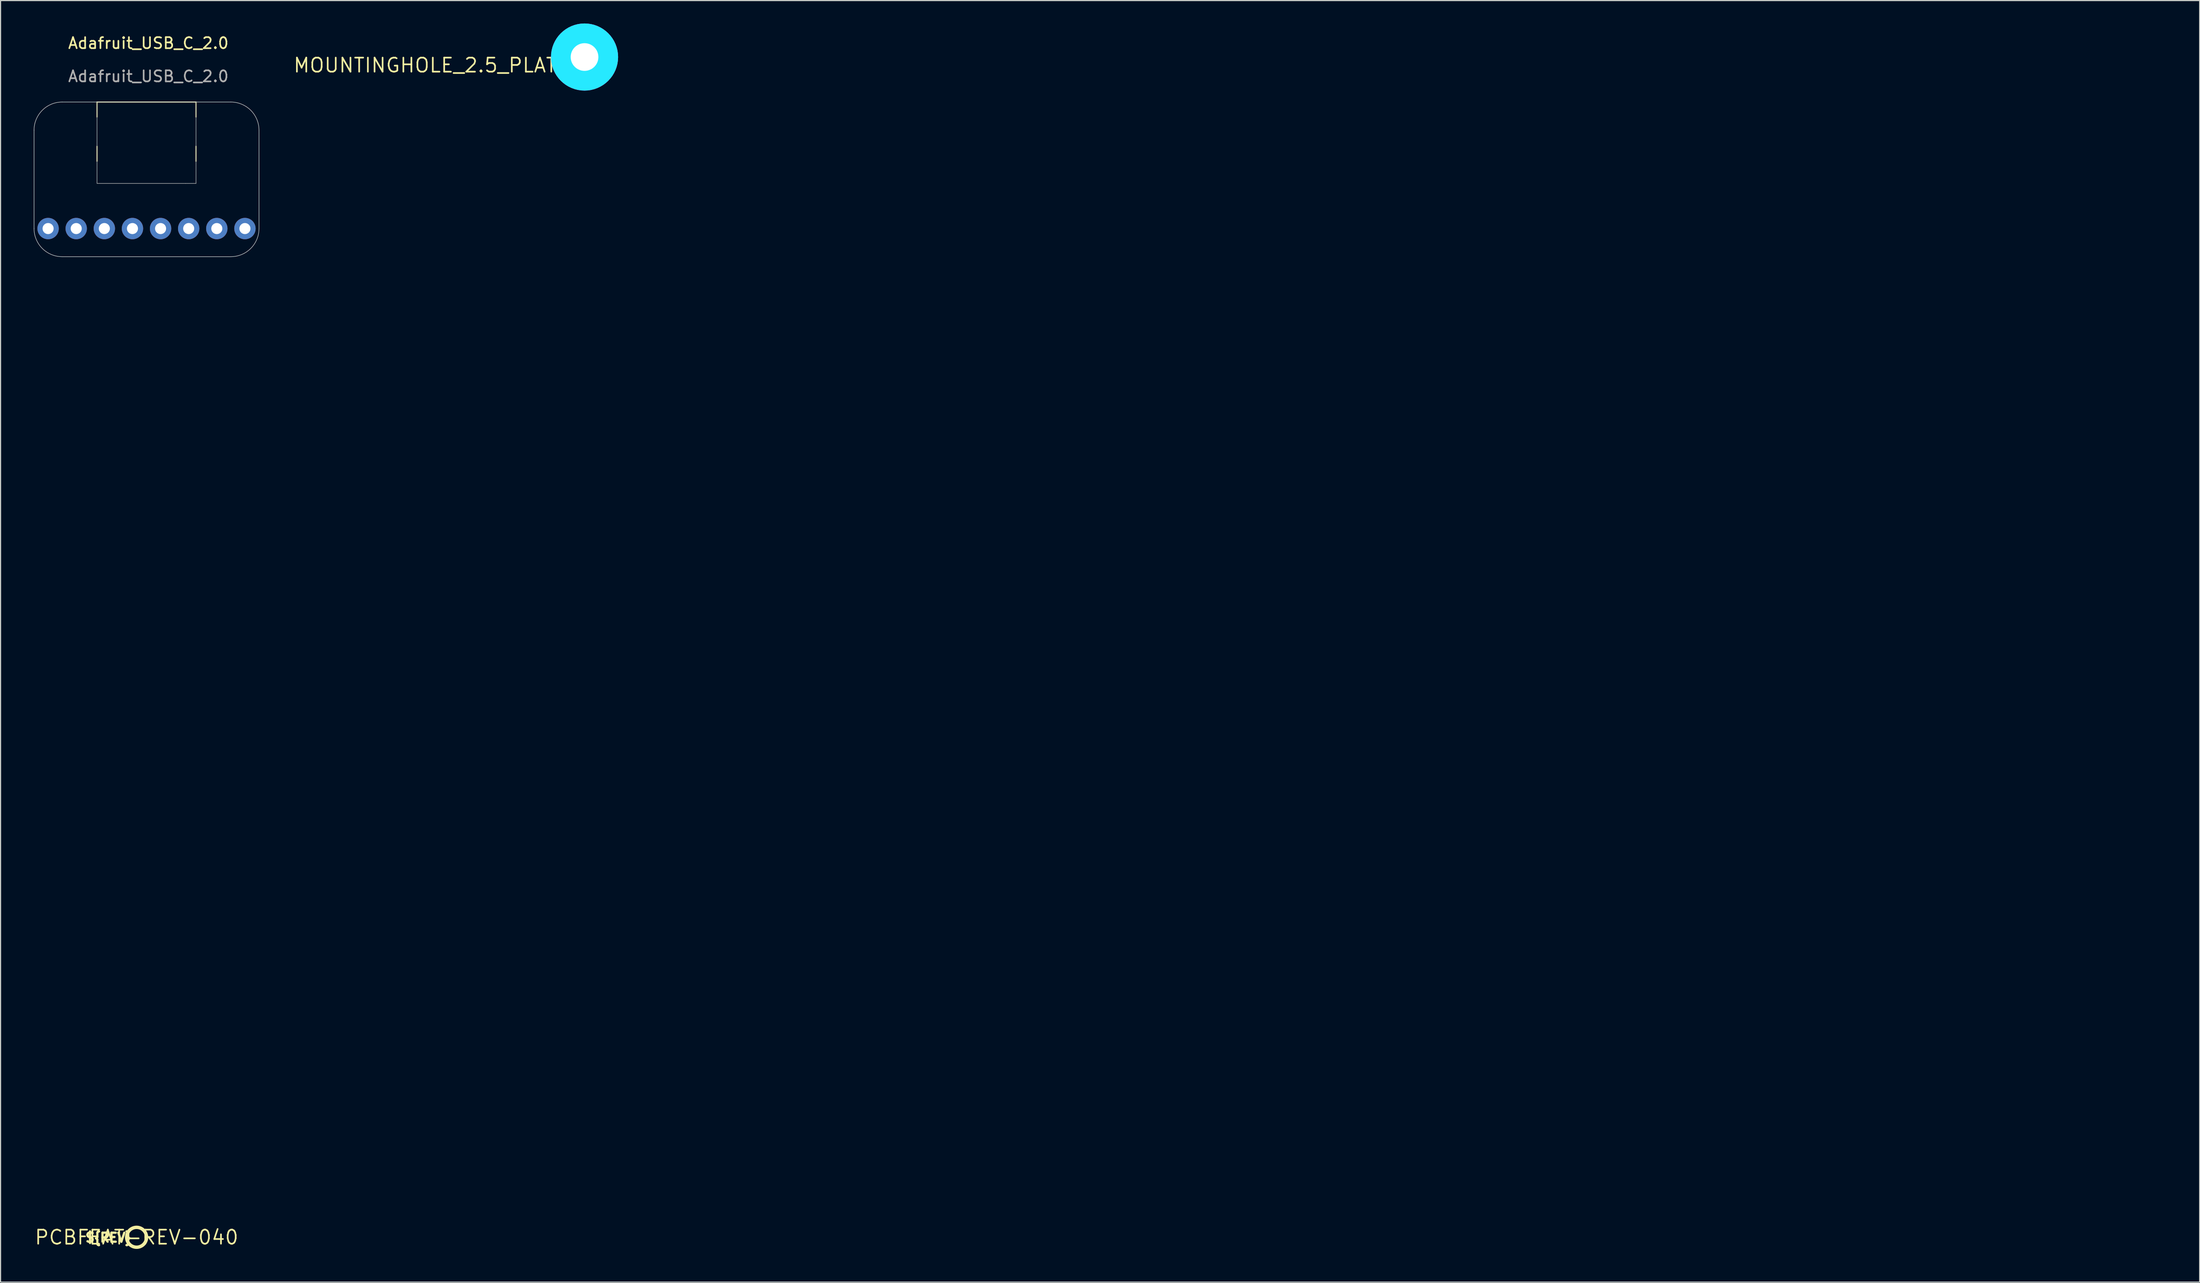
<source format=kicad_pcb>
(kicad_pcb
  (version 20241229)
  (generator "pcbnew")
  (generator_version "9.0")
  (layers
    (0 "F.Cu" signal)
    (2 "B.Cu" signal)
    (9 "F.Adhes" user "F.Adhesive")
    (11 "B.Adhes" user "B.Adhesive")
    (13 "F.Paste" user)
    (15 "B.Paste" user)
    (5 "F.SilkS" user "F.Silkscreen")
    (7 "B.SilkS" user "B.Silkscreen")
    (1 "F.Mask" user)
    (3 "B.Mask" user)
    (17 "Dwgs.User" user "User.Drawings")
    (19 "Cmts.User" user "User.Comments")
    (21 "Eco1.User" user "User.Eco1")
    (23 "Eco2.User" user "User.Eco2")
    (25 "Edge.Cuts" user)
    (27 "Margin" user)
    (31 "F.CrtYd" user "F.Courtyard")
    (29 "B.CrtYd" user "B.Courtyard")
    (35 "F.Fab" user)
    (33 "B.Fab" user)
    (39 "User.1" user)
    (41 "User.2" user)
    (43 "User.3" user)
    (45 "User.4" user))
  (footprint "MOUNTINGHOLE_2.5_PLATED"
    (layer "F.Cu")
    (at 49.752 2.102)
    (property "Reference" "MOUNTINGHOLE_2.5_PLATED" (at 0 0 0) (layer "F.SilkS") (effects (font (size 1.27 1.27) (thickness 0.15)) (justify right top)))
    (fp_circle (center 0 0) (end 2 0) (stroke (width 0.203) (type solid)) (fill no) (layer "F.SilkS"))
    (fp_circle (center 0 0) (end 1 0) (stroke (width 2.032) (type solid)) (fill no) (layer "B.CrtYd"))
    (fp_circle (center 0 0) (end 1 0) (stroke (width 2.032) (type solid)) (fill no) (layer "F.CrtYd"))
    (pad "P$1" thru_hole circle (at 0 0) (size 3.2 3.2) (drill 2.5) (layers "*.Cu" "*.Mask"))
    (zone (net_name "") (layer "F.Cu") (hatch edge 0.5) (connect_pads) (min_thickness 0.25) (filled_areas_thickness no) (keepout (tracks not_allowed) (vias not_allowed) (pads not_allowed) (copperpour not_allowed) (footprints allowed)) (placement (enabled no)) (fill) (polygon (pts (xy 192.649 102.66) (xy 192.63 102.38) (xy 192.571 102.105) (xy 192.475 101.84) (xy 192.343 101.592) (xy 192.178 101.364) (xy 191.982 101.162) (xy 191.761 100.989) (xy 191.517 100.848) (xy 191.256 100.743) (xy 190.983 100.675) (xy 190.704 100.645) (xy 190.423 100.655) (xy 190.146 100.704) (xy 189.878 100.791) (xy 189.625 100.914) (xy 189.392 101.072) (xy 189.183 101.26) (xy 189.002 101.475) (xy 188.853 101.714) (xy 188.739 101.971) (xy 188.661 102.241) (xy 188.622 102.52) (xy 188.622 102.801) (xy 188.661 103.079) (xy 188.739 103.35) (xy 188.853 103.607) (xy 189.002 103.845) (xy 189.183 104.061) (xy 189.392 104.249) (xy 189.625 104.406) (xy 189.878 104.529) (xy 190.146 104.616) (xy 190.423 104.665) (xy 190.704 104.675) (xy 190.983 104.646) (xy 191.256 104.578) (xy 191.517 104.472) (xy 191.761 104.332) (xy 191.982 104.158) (xy 192.178 103.956) (xy 192.343 103.729) (xy 192.475 103.48) (xy 192.571 103.216) (xy 192.63 102.941))) (polygon (pts (xy 190.617 102.66) (xy 190.622 102.672) (xy 190.633 102.676) (xy 190.645 102.672) (xy 190.649 102.66) (xy 190.645 102.649) (xy 190.633 102.644) (xy 190.622 102.649))))
    (zone (net_name "") (layer "B.Cu") (hatch edge 0.5) (connect_pads) (min_thickness 0.25) (filled_areas_thickness no) (keepout (tracks not_allowed) (vias not_allowed) (pads not_allowed) (copperpour not_allowed) (footprints allowed)) (placement (enabled no)) (fill) (polygon (pts (xy 192.649 102.66) (xy 192.63 102.38) (xy 192.571 102.105) (xy 192.475 101.84) (xy 192.343 101.592) (xy 192.178 101.364) (xy 191.982 101.162) (xy 191.761 100.989) (xy 191.517 100.848) (xy 191.256 100.743) (xy 190.983 100.675) (xy 190.704 100.645) (xy 190.423 100.655) (xy 190.146 100.704) (xy 189.878 100.791) (xy 189.625 100.914) (xy 189.392 101.072) (xy 189.183 101.26) (xy 189.002 101.475) (xy 188.853 101.714) (xy 188.739 101.971) (xy 188.661 102.241) (xy 188.622 102.52) (xy 188.622 102.801) (xy 188.661 103.079) (xy 188.739 103.35) (xy 188.853 103.607) (xy 189.002 103.845) (xy 189.183 104.061) (xy 189.392 104.249) (xy 189.625 104.406) (xy 189.878 104.529) (xy 190.146 104.616) (xy 190.423 104.665) (xy 190.704 104.675) (xy 190.983 104.646) (xy 191.256 104.578) (xy 191.517 104.472) (xy 191.761 104.332) (xy 191.982 104.158) (xy 192.178 103.956) (xy 192.343 103.729) (xy 192.475 103.48) (xy 192.571 103.216) (xy 192.63 102.941))) (polygon (pts (xy 190.617 102.66) (xy 190.622 102.672) (xy 190.633 102.676) (xy 190.645 102.672) (xy 190.649 102.66) (xy 190.645 102.649) (xy 190.633 102.644) (xy 190.622 102.649)))))
  (footprint "PCBFEAT-REV-040"
    (layer "F.Cu")
    (at 9.29 108.725)
    (property "Reference" "PCBFEAT-REV-040" (at 0 0 0) (layer "F.SilkS") (effects (font (size 1.27 1.27) (thickness 0.15))))
    (fp_circle (center 0 0) (end 0.898 0) (stroke (width 0.305) (type solid)) (fill no) (layer "F.SilkS"))
    (fp_text user "${REV}" (at -0.356 0.508 0) (layer "F.SilkS") (effects (font (size 0.813 0.813) (thickness 0.203)) (justify right bottom))))
  (footprint "Adafruit_USB_C_2.0"
    (layer "F.Cu")
    (at 10.355 1.348)
    (property "Reference" "Adafruit_USB_C_2.0" (at 0 -0.5 0) (unlocked yes) (layer "F.SilkS") (effects (font (size 1 1) (thickness 0.15))))
    (attr through_hole)
    (fp_line (start -4.64 4.82) (end 4.3 4.82) (stroke (width 0.102) (type solid)) (layer "F.SilkS"))
    (fp_line (start -4.64 6.17) (end -4.64 4.82) (stroke (width 0.102) (type solid)) (layer "F.SilkS"))
    (fp_line (start -4.64 10.17) (end -4.64 8.82) (stroke (width 0.102) (type solid)) (layer "F.SilkS"))
    (fp_line (start 4.3 4.82) (end 4.3 6.17) (stroke (width 0.102) (type solid)) (layer "F.SilkS"))
    (fp_line (start 4.3 8.82) (end 4.3 10.17) (stroke (width 0.102) (type solid)) (layer "F.SilkS"))
    (fp_line (start -10.33 16.25) (end -10.33 7.36) (stroke (width 0.05) (type solid)) (layer "Dwgs.User"))
    (fp_line (start -7.79 4.82) (end 7.45 4.82) (stroke (width 0.05) (type solid)) (layer "Dwgs.User"))
    (fp_line (start 7.45 18.79) (end -7.79 18.79) (stroke (width 0.05) (type solid)) (layer "Dwgs.User"))
    (fp_line (start 9.99 7.36) (end 9.99 16.25) (stroke (width 0.05) (type solid)) (layer "Dwgs.User"))
    (fp_arc (start -10.33 7.36) (mid -9.586051 5.563949) (end -7.79 4.82) (stroke (width 0.05) (type solid)) (layer "Dwgs.User"))
    (fp_arc (start -7.79 18.79) (mid -9.586051 18.046051) (end -10.33 16.25) (stroke (width 0.05) (type solid)) (layer "Dwgs.User"))
    (fp_arc (start 7.45 4.82) (mid 9.246051 5.563949) (end 9.99 7.36) (stroke (width 0.05) (type solid)) (layer "Dwgs.User"))
    (fp_arc (start 9.99 16.25) (mid 9.246051 18.046051) (end 7.45 18.79) (stroke (width 0.05) (type solid)) (layer "Dwgs.User"))
    (fp_line (start -4.64 4.82) (end 4.3 4.82) (stroke (width 0.05) (type solid)) (layer "F.Fab"))
    (fp_line (start -4.64 12.17) (end -4.64 4.82) (stroke (width 0.05) (type solid)) (layer "F.Fab"))
    (fp_line (start 3.36 12.17) (end -4.64 12.17) (stroke (width 0.05) (type solid)) (layer "F.Fab"))
    (fp_line (start 4.3 4.82) (end 4.3 12.17) (stroke (width 0.05) (type solid)) (layer "F.Fab"))
    (fp_line (start 4.3 12.17) (end 3.36 12.17) (stroke (width 0.05) (type solid)) (layer "F.Fab"))
    (fp_text user "${REFERENCE}" (at 0 2.5 0) (unlocked yes) (layer "F.Fab") (effects (font (size 1 1) (thickness 0.15))))
    (pad "1" thru_hole circle (at 8.72 16.25 270) (size 1.93 1.93) (drill 1) (layers "*.Cu" "*.Mask"))
    (pad "2" thru_hole circle (at 6.18 16.25 270) (size 1.93 1.93) (drill 1) (layers "*.Cu" "*.Mask"))
    (pad "3" thru_hole circle (at 3.64 16.25 270) (size 1.93 1.93) (drill 1) (layers "*.Cu" "*.Mask"))
    (pad "4" thru_hole circle (at 1.1 16.25 270) (size 1.93 1.93) (drill 1) (layers "*.Cu" "*.Mask"))
    (pad "5" thru_hole circle (at -1.44 16.25 270) (size 1.93 1.93) (drill 1) (layers "*.Cu" "*.Mask"))
    (pad "6" thru_hole circle (at -3.98 16.25 270) (size 1.93 1.93) (drill 1) (layers "*.Cu" "*.Mask"))
    (pad "7" thru_hole circle (at -6.52 16.25 270) (size 1.93 1.93) (drill 1) (layers "*.Cu" "*.Mask"))
    (pad "8" thru_hole circle (at -9.06 16.25 270) (size 1.93 1.93) (drill 1) (layers "*.Cu" "*.Mask")))
  (gr_rect
    (start -3 -3)
    (end 195.649 112.776)
    (stroke (width 0.1) (type default))
    (fill no)
    (layer "Edge.Cuts")))
</source>
